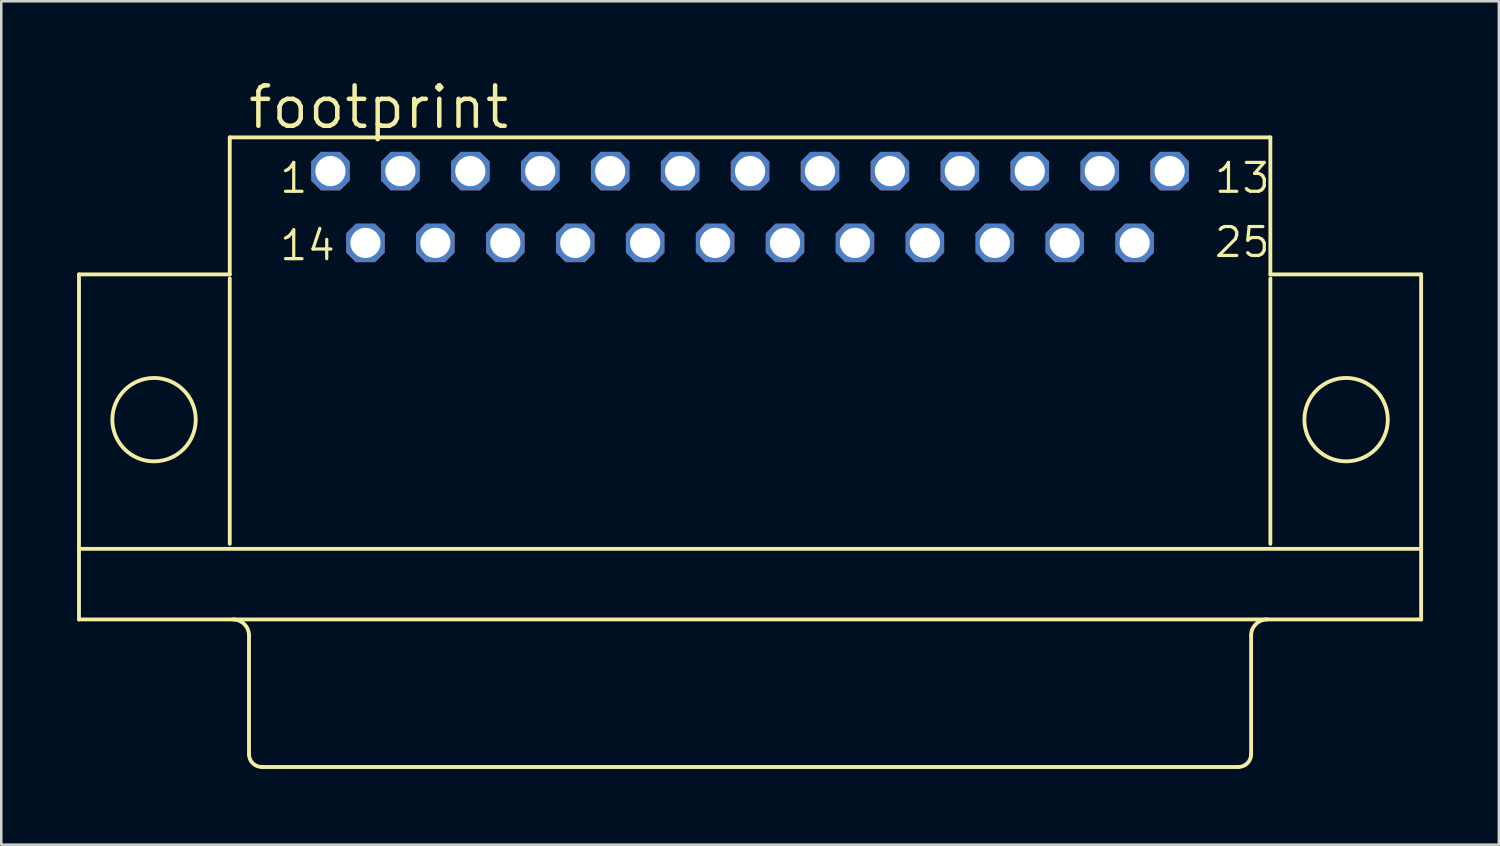
<source format=kicad_pcb>
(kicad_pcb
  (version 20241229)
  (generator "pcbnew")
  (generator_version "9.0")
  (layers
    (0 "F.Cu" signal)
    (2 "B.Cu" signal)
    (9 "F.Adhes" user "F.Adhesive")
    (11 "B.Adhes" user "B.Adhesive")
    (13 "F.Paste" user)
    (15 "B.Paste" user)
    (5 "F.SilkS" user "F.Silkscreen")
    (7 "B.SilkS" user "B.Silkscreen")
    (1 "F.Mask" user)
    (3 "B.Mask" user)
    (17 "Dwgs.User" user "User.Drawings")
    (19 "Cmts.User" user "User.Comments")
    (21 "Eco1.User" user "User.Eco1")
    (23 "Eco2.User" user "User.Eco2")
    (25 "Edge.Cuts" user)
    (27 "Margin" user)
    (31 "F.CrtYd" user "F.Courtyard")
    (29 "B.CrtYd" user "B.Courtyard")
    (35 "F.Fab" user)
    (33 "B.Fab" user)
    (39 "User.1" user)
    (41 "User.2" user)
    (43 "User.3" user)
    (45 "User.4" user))
  (footprint "footprint"
    (layer "F.Cu")
    (at 26.645 13.564)
    (property "Reference" "footprint" (at -19.964 -11.43 0) (layer "F.SilkS") (effects (font (size 1.6 1.6) (thickness 0.178)) (justify left bottom)))
    (fp_line (start -26.568 -5.75) (end -26.568 7.909) (stroke (width 0.152) (type solid)) (layer "F.SilkS"))
    (fp_line (start -20.599 -11.175) (end -20.599 -5.75) (stroke (width 0.152) (type solid)) (layer "F.SilkS"))
    (fp_line (start -20.599 -5.75) (end -26.568 -5.75) (stroke (width 0.152) (type solid)) (layer "F.SilkS"))
    (fp_line (start -20.599 -5.587) (end -20.599 4.918) (stroke (width 0.152) (type solid)) (layer "F.SilkS"))
    (fp_line (start -19.837 8.544) (end -19.837 13.243) (stroke (width 0.152) (type solid)) (layer "F.SilkS"))
    (fp_line (start 19.329 13.751) (end -19.329 13.751) (stroke (width 0.152) (type solid)) (layer "F.SilkS"))
    (fp_line (start 19.837 8.544) (end 19.837 13.243) (stroke (width 0.152) (type solid)) (layer "F.SilkS"))
    (fp_line (start 20.599 -11.175) (end -20.599 -11.175) (stroke (width 0.152) (type solid)) (layer "F.SilkS"))
    (fp_line (start 20.599 -5.75) (end 20.599 -11.175) (stroke (width 0.152) (type solid)) (layer "F.SilkS"))
    (fp_line (start 20.599 4.918) (end 20.599 -5.587) (stroke (width 0.152) (type solid)) (layer "F.SilkS"))
    (fp_line (start 26.568 -5.75) (end 20.599 -5.75) (stroke (width 0.152) (type solid)) (layer "F.SilkS"))
    (fp_line (start 26.568 -5.75) (end 26.568 5.115) (stroke (width 0.152) (type solid)) (layer "F.SilkS"))
    (fp_line (start 26.568 5.115) (end -26.568 5.115) (stroke (width 0.152) (type solid)) (layer "F.SilkS"))
    (fp_line (start 26.568 5.115) (end 26.568 7.909) (stroke (width 0.152) (type solid)) (layer "F.SilkS"))
    (fp_line (start 26.568 7.909) (end -26.568 7.909) (stroke (width 0.152) (type solid)) (layer "F.SilkS"))
    (fp_arc (start -20.4724 7.909) (mid -20.023387 8.094987) (end -19.8374 8.544) (stroke (width 0.1524) (type solid)) (layer "F.SilkS"))
    (fp_arc (start -19.3294 13.751) (mid -19.68861 13.60221) (end -19.8374 13.243) (stroke (width 0.1524) (type solid)) (layer "F.SilkS"))
    (fp_arc (start 19.8374 8.544) (mid 20.023387 8.094987) (end 20.4724 7.909) (stroke (width 0.1524) (type solid)) (layer "F.SilkS"))
    (fp_arc (start 19.8374 13.243) (mid 19.68861 13.60221) (end 19.3294 13.751) (stroke (width 0.1524) (type solid)) (layer "F.SilkS"))
    (fp_circle (center -23.597 0) (end -21.946 0) (stroke (width 0.152) (type solid)) (fill no) (layer "F.SilkS"))
    (fp_circle (center 23.597 0) (end 25.248 0) (stroke (width 0.152) (type solid)) (fill no) (layer "F.SilkS"))
    (fp_text user "14" (at -18.694 -6.228 0) (layer "F.SilkS") (effects (font (size 1.143 1.143) (thickness 0.127)) (justify left bottom)))
    (fp_text user "1" (at -18.694 -8.895 0) (layer "F.SilkS") (effects (font (size 1.143 1.143) (thickness 0.127)) (justify left bottom)))
    (fp_text user "25" (at 18.313 -6.355 0) (layer "F.SilkS") (effects (font (size 1.143 1.143) (thickness 0.127)) (justify left bottom)))
    (fp_text user "13" (at 18.313 -8.895 0) (layer "F.SilkS") (effects (font (size 1.143 1.143) (thickness 0.127)) (justify left bottom)))
    (pad "1" thru_hole roundrect (at -16.612 -9.84) (size 1.524 1.524) (drill 1.194) (layers "*.Cu" "*.Mask") (roundrect_rratio 0.25) (chamfer_ratio 0.25) (chamfer top_left top_right bottom_left bottom_right))
    (pad "2" thru_hole roundrect (at -13.843 -9.84) (size 1.524 1.524) (drill 1.194) (layers "*.Cu" "*.Mask") (roundrect_rratio 0.25) (chamfer_ratio 0.25) (chamfer top_left top_right bottom_left bottom_right))
    (pad "3" thru_hole roundrect (at -11.074 -9.84) (size 1.524 1.524) (drill 1.194) (layers "*.Cu" "*.Mask") (roundrect_rratio 0.25) (chamfer_ratio 0.25) (chamfer top_left top_right bottom_left bottom_right))
    (pad "4" thru_hole roundrect (at -8.306 -9.84) (size 1.524 1.524) (drill 1.194) (layers "*.Cu" "*.Mask") (roundrect_rratio 0.25) (chamfer_ratio 0.25) (chamfer top_left top_right bottom_left bottom_right))
    (pad "5" thru_hole roundrect (at -5.537 -9.84) (size 1.524 1.524) (drill 1.194) (layers "*.Cu" "*.Mask") (roundrect_rratio 0.25) (chamfer_ratio 0.25) (chamfer top_left top_right bottom_left bottom_right))
    (pad "6" thru_hole roundrect (at -2.769 -9.84) (size 1.524 1.524) (drill 1.194) (layers "*.Cu" "*.Mask") (roundrect_rratio 0.25) (chamfer_ratio 0.25) (chamfer top_left top_right bottom_left bottom_right))
    (pad "7" thru_hole roundrect (at 0 -9.84) (size 1.524 1.524) (drill 1.194) (layers "*.Cu" "*.Mask") (roundrect_rratio 0.25) (chamfer_ratio 0.25) (chamfer top_left top_right bottom_left bottom_right))
    (pad "8" thru_hole roundrect (at 2.769 -9.84) (size 1.524 1.524) (drill 1.194) (layers "*.Cu" "*.Mask") (roundrect_rratio 0.25) (chamfer_ratio 0.25) (chamfer top_left top_right bottom_left bottom_right))
    (pad "9" thru_hole roundrect (at 5.537 -9.84) (size 1.524 1.524) (drill 1.194) (layers "*.Cu" "*.Mask") (roundrect_rratio 0.25) (chamfer_ratio 0.25) (chamfer top_left top_right bottom_left bottom_right))
    (pad "10" thru_hole roundrect (at 8.306 -9.84) (size 1.524 1.524) (drill 1.194) (layers "*.Cu" "*.Mask") (roundrect_rratio 0.25) (chamfer_ratio 0.25) (chamfer top_left top_right bottom_left bottom_right))
    (pad "11" thru_hole roundrect (at 11.074 -9.84) (size 1.524 1.524) (drill 1.194) (layers "*.Cu" "*.Mask") (roundrect_rratio 0.25) (chamfer_ratio 0.25) (chamfer top_left top_right bottom_left bottom_right))
    (pad "12" thru_hole roundrect (at 13.843 -9.84) (size 1.524 1.524) (drill 1.194) (layers "*.Cu" "*.Mask") (roundrect_rratio 0.25) (chamfer_ratio 0.25) (chamfer top_left top_right bottom_left bottom_right))
    (pad "13" thru_hole roundrect (at 16.612 -9.84) (size 1.524 1.524) (drill 1.194) (layers "*.Cu" "*.Mask") (roundrect_rratio 0.25) (chamfer_ratio 0.25) (chamfer top_left top_right bottom_left bottom_right))
    (pad "14" thru_hole roundrect (at -15.227 -6.997) (size 1.524 1.524) (drill 1.194) (layers "*.Cu" "*.Mask") (roundrect_rratio 0.25) (chamfer_ratio 0.25) (chamfer top_left top_right bottom_left bottom_right))
    (pad "15" thru_hole roundrect (at -12.459 -6.997) (size 1.524 1.524) (drill 1.194) (layers "*.Cu" "*.Mask") (roundrect_rratio 0.25) (chamfer_ratio 0.25) (chamfer top_left top_right bottom_left bottom_right))
    (pad "16" thru_hole roundrect (at -9.69 -6.997) (size 1.524 1.524) (drill 1.194) (layers "*.Cu" "*.Mask") (roundrect_rratio 0.25) (chamfer_ratio 0.25) (chamfer top_left top_right bottom_left bottom_right))
    (pad "17" thru_hole roundrect (at -6.921 -6.997) (size 1.524 1.524) (drill 1.194) (layers "*.Cu" "*.Mask") (roundrect_rratio 0.25) (chamfer_ratio 0.25) (chamfer top_left top_right bottom_left bottom_right))
    (pad "18" thru_hole roundrect (at -4.153 -6.997) (size 1.524 1.524) (drill 1.194) (layers "*.Cu" "*.Mask") (roundrect_rratio 0.25) (chamfer_ratio 0.25) (chamfer top_left top_right bottom_left bottom_right))
    (pad "19" thru_hole roundrect (at -1.384 -6.997) (size 1.524 1.524) (drill 1.194) (layers "*.Cu" "*.Mask") (roundrect_rratio 0.25) (chamfer_ratio 0.25) (chamfer top_left top_right bottom_left bottom_right))
    (pad "20" thru_hole roundrect (at 1.384 -6.997) (size 1.524 1.524) (drill 1.194) (layers "*.Cu" "*.Mask") (roundrect_rratio 0.25) (chamfer_ratio 0.25) (chamfer top_left top_right bottom_left bottom_right))
    (pad "21" thru_hole roundrect (at 4.153 -6.997) (size 1.524 1.524) (drill 1.194) (layers "*.Cu" "*.Mask") (roundrect_rratio 0.25) (chamfer_ratio 0.25) (chamfer top_left top_right bottom_left bottom_right))
    (pad "22" thru_hole roundrect (at 6.921 -6.997) (size 1.524 1.524) (drill 1.194) (layers "*.Cu" "*.Mask") (roundrect_rratio 0.25) (chamfer_ratio 0.25) (chamfer top_left top_right bottom_left bottom_right))
    (pad "23" thru_hole roundrect (at 9.69 -6.997) (size 1.524 1.524) (drill 1.194) (layers "*.Cu" "*.Mask") (roundrect_rratio 0.25) (chamfer_ratio 0.25) (chamfer top_left top_right bottom_left bottom_right))
    (pad "24" thru_hole roundrect (at 12.459 -6.997) (size 1.524 1.524) (drill 1.194) (layers "*.Cu" "*.Mask") (roundrect_rratio 0.25) (chamfer_ratio 0.25) (chamfer top_left top_right bottom_left bottom_right))
    (pad "25" thru_hole roundrect (at 15.227 -6.997) (size 1.524 1.524) (drill 1.194) (layers "*.Cu" "*.Mask") (roundrect_rratio 0.25) (chamfer_ratio 0.25) (chamfer top_left top_right bottom_left bottom_right)))
  (gr_rect
    (start -3 -3)
    (end 56.289 30.391)
    (stroke (width 0.1) (type default))
    (fill no)
    (layer "Edge.Cuts")))
</source>
